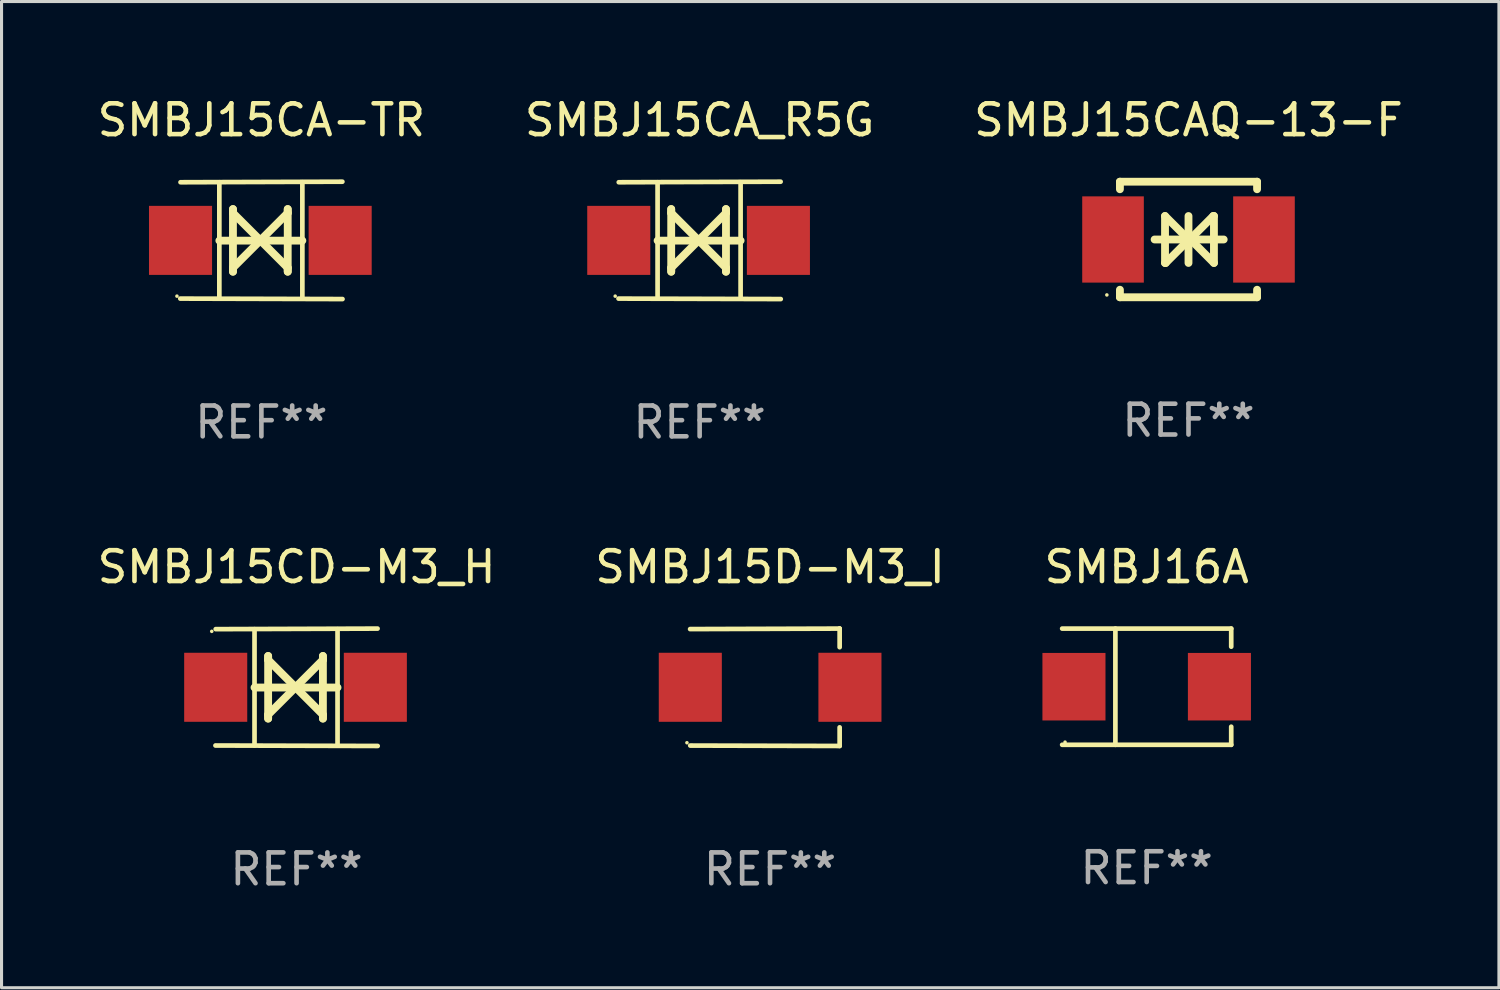
<source format=kicad_pcb>
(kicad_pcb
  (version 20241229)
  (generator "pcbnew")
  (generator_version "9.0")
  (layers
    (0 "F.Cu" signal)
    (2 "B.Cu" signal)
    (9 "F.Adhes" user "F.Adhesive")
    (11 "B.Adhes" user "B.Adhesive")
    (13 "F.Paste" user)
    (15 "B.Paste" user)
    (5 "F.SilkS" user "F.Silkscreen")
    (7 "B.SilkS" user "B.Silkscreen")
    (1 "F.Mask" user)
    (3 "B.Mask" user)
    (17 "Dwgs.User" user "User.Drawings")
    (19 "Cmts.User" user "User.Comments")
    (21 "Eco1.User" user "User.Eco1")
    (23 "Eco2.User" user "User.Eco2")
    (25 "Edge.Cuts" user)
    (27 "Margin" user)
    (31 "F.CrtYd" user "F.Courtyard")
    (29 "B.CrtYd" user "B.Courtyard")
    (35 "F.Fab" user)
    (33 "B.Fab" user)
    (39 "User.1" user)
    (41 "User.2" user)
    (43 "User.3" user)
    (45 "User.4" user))
  (footprint "SMBJ15CAQ-13-F"
    (layer "F.Cu")
    (at 35.53 4.724)
    (property "Reference" "SMBJ15CAQ-13-F" (at 0 -3.876 0) (layer "F.SilkS") (effects (font (size 1 1) (thickness 0.15))))
    (attr through_hole)
    (fp_line (start -2.226 -1.876) (end -2.226 -1.631) (stroke (width 0.254) (type solid)) (layer "F.SilkS"))
    (fp_line (start -2.226 -1.876) (end 2.226 -1.876) (stroke (width 0.254) (type solid)) (layer "F.SilkS"))
    (fp_line (start -2.226 1.631) (end -2.226 1.876) (stroke (width 0.254) (type solid)) (layer "F.SilkS"))
    (fp_line (start -2.226 1.876) (end 2.226 1.876) (stroke (width 0.254) (type solid)) (layer "F.SilkS"))
    (fp_line (start -1.1 0) (end 1.143 0) (stroke (width 0.254) (type solid)) (layer "F.SilkS"))
    (fp_line (start -0.762 -0.762) (end -0.762 0.762) (stroke (width 0.254) (type solid)) (layer "F.SilkS"))
    (fp_line (start -0.762 0.762) (end -0.741 0.762) (stroke (width 0.254) (type solid)) (layer "F.SilkS"))
    (fp_line (start -0.741 0.762) (end 0.021 0) (stroke (width 0.254) (type solid)) (layer "F.SilkS"))
    (fp_line (start 0 -0.762) (end 0 0.762) (stroke (width 0.254) (type solid)) (layer "F.SilkS"))
    (fp_line (start 0 0) (end -0.762 -0.762) (stroke (width 0.254) (type solid)) (layer "F.SilkS"))
    (fp_line (start 0.021 0) (end 0 0) (stroke (width 0.254) (type solid)) (layer "F.SilkS"))
    (fp_line (start 0.042 0) (end 0.064 0) (stroke (width 0.254) (type solid)) (layer "F.SilkS"))
    (fp_line (start 0.064 0) (end 0.826 0.762) (stroke (width 0.254) (type solid)) (layer "F.SilkS"))
    (fp_line (start 0.804 -0.762) (end 0.042 0) (stroke (width 0.254) (type solid)) (layer "F.SilkS"))
    (fp_line (start 0.826 -0.762) (end 0.804 -0.762) (stroke (width 0.254) (type solid)) (layer "F.SilkS"))
    (fp_line (start 0.826 0.762) (end 0.826 -0.762) (stroke (width 0.254) (type solid)) (layer "F.SilkS"))
    (fp_line (start 2.226 -1.876) (end 2.226 -1.631) (stroke (width 0.254) (type solid)) (layer "F.SilkS"))
    (fp_line (start 2.226 1.631) (end 2.226 1.876) (stroke (width 0.254) (type solid)) (layer "F.SilkS"))
    (fp_circle (center -2.65 1.8) (end -2.62 1.8) (stroke (width 0.06) (type solid)) (fill no) (layer "F.SilkS"))
    (fp_text user "REF**" (at 0 5.876 0) (layer "F.Fab") (effects (font (size 1 1) (thickness 0.15))))
    (pad "1" smd rect (at -2.45 0 180) (size 2 2.8) (layers "F.Cu" "F.Mask" "F.Paste"))
    (pad "2" smd rect (at 2.45 0 180) (size 2 2.8) (layers "F.Cu" "F.Mask" "F.Paste")))
  (footprint "SMBJ16A"
    (layer "F.Cu")
    (at 34.173 19.241)
    (property "Reference" "SMBJ16A" (at 0 -3.886 0) (layer "F.SilkS") (effects (font (size 1 1) (thickness 0.15))))
    (attr through_hole)
    (fp_line (start -2.744 -1.886) (end 2.744 -1.886) (stroke (width 0.152) (type solid)) (layer "F.SilkS"))
    (fp_line (start -2.744 1.886) (end 2.744 1.886) (stroke (width 0.152) (type solid)) (layer "F.SilkS"))
    (fp_line (start -1.016 -1.886) (end -1.016 1.886) (stroke (width 0.152) (type solid)) (layer "F.SilkS"))
    (fp_line (start 2.744 -1.886) (end 2.744 -1.299) (stroke (width 0.152) (type solid)) (layer "F.SilkS"))
    (fp_line (start 2.744 1.886) (end 2.744 1.299) (stroke (width 0.152) (type solid)) (layer "F.SilkS"))
    (fp_circle (center -2.65 1.8) (end -2.62 1.8) (stroke (width 0.06) (type solid)) (fill no) (layer "F.SilkS"))
    (fp_text user "REF**" (at 0 5.886 0) (layer "F.Fab") (effects (font (size 1 1) (thickness 0.15))))
    (pad "1" smd rect (at -2.361 0) (size 2.047 2.192) (layers "F.Cu" "F.Mask" "F.Paste"))
    (pad "2" smd rect (at 2.361 0) (size 2.047 2.192) (layers "F.Cu" "F.Mask" "F.Paste")))
  (footprint "SMBJ15CA_R5G"
    (layer "F.Cu")
    (at 19.661 4.753)
    (property "Reference" "SMBJ15CA_R5G" (at 0 -3.905 0) (layer "F.SilkS") (effects (font (size 1 1) (thickness 0.15))))
    (attr through_hole)
    (fp_line (start -1.365 1.886) (end -1.365 -1.886) (stroke (width 0.152) (type solid)) (layer "F.SilkS"))
    (fp_line (start -1.365 0.008) (end 1.33 0.008) (stroke (width 0.254) (type solid)) (layer "F.SilkS"))
    (fp_line (start -0.923 -1.016) (end -0.923 1.016) (stroke (width 0.254) (type solid)) (layer "F.SilkS"))
    (fp_line (start -0.923 -0.889) (end -0.923 -1.016) (stroke (width 0.254) (type solid)) (layer "F.SilkS"))
    (fp_line (start -0.923 0.889) (end -0.034 0) (stroke (width 0.254) (type solid)) (layer "F.SilkS"))
    (fp_line (start -0.923 1.016) (end -0.923 0.889) (stroke (width 0.254) (type solid)) (layer "F.SilkS"))
    (fp_line (start -0.034 0) (end -0.923 -0.889) (stroke (width 0.254) (type solid)) (layer "F.SilkS"))
    (fp_line (start -0.034 0) (end 0.855 0.889) (stroke (width 0.254) (type solid)) (layer "F.SilkS"))
    (fp_line (start 0.855 -1.016) (end 0.855 -0.889) (stroke (width 0.254) (type solid)) (layer "F.SilkS"))
    (fp_line (start 0.855 -0.889) (end -0.034 0) (stroke (width 0.254) (type solid)) (layer "F.SilkS"))
    (fp_line (start 0.855 0.889) (end 0.855 1.016) (stroke (width 0.254) (type solid)) (layer "F.SilkS"))
    (fp_line (start 0.855 1.016) (end 0.855 -1.016) (stroke (width 0.254) (type solid)) (layer "F.SilkS"))
    (fp_line (start 1.33 1.886) (end 1.33 -1.886) (stroke (width 0.152) (type solid)) (layer "F.SilkS"))
    (fp_line (start 2.629 -1.905) (end -2.625 -1.887) (stroke (width 0.152) (type solid)) (layer "F.SilkS"))
    (fp_line (start 2.633 1.905) (end -2.633 1.89) (stroke (width 0.152) (type solid)) (layer "F.SilkS"))
    (fp_circle (center -2.741 1.81) (end -2.711 1.81) (stroke (width 0.06) (type solid)) (fill no) (layer "F.SilkS"))
    (fp_text user "REF**" (at 0 5.905 0) (layer "F.Fab") (effects (font (size 1 1) (thickness 0.15))))
    (pad "1" smd rect (at -2.625 0) (size 2.047 2.241) (layers "F.Cu" "F.Mask" "F.Paste"))
    (pad "2" smd rect (at 2.557 0) (size 2.047 2.241) (layers "F.Cu" "F.Mask" "F.Paste")))
  (footprint "SMBJ15D-M3_I"
    (layer "F.Cu")
    (at 21.946 19.26)
    (property "Reference" "SMBJ15D-M3_I" (at 0 -3.905 0) (layer "F.SilkS") (effects (font (size 1 1) (thickness 0.15))))
    (attr through_hole)
    (fp_line (start 2.256 -1.905) (end -2.594 -1.889) (stroke (width 0.152) (type solid)) (layer "F.SilkS"))
    (fp_line (start 2.256 -1.905) (end 2.26 -1.905) (stroke (width 0.152) (type solid)) (layer "F.SilkS"))
    (fp_line (start 2.26 -1.905) (end 2.26 -1.301) (stroke (width 0.152) (type solid)) (layer "F.SilkS"))
    (fp_line (start 2.26 1.301) (end 2.26 1.905) (stroke (width 0.152) (type solid)) (layer "F.SilkS"))
    (fp_line (start 2.26 1.905) (end -2.59 1.892) (stroke (width 0.152) (type solid)) (layer "F.SilkS"))
    (fp_circle (center -2.697 1.8) (end -2.667 1.8) (stroke (width 0.06) (type solid)) (fill no) (layer "F.SilkS"))
    (fp_text user "REF**" (at 0 5.905 0) (layer "F.Fab") (effects (font (size 1 1) (thickness 0.15))))
    (pad "1" smd rect (at -2.588 0) (size 2.047 2.241) (layers "F.Cu" "F.Mask" "F.Paste"))
    (pad "2" smd rect (at 2.594 0) (size 2.047 2.241) (layers "F.Cu" "F.Mask" "F.Paste")))
  (footprint "SMBJ15CD-M3_H"
    (layer "F.Cu")
    (at 6.577 19.26)
    (property "Reference" "SMBJ15CD-M3_H" (at 0 -3.905 0) (layer "F.SilkS") (effects (font (size 1 1) (thickness 0.15))))
    (attr through_hole)
    (fp_line (start -1.365 1.886) (end -1.365 -1.886) (stroke (width 0.152) (type solid)) (layer "F.SilkS"))
    (fp_line (start -1.365 0.008) (end 1.33 0.008) (stroke (width 0.254) (type solid)) (layer "F.SilkS"))
    (fp_line (start -0.923 -1.016) (end -0.923 1.016) (stroke (width 0.254) (type solid)) (layer "F.SilkS"))
    (fp_line (start -0.923 -0.889) (end -0.923 -1.016) (stroke (width 0.254) (type solid)) (layer "F.SilkS"))
    (fp_line (start -0.923 0.889) (end -0.034 0) (stroke (width 0.254) (type solid)) (layer "F.SilkS"))
    (fp_line (start -0.923 1.016) (end -0.923 0.889) (stroke (width 0.254) (type solid)) (layer "F.SilkS"))
    (fp_line (start -0.034 0) (end -0.923 -0.889) (stroke (width 0.254) (type solid)) (layer "F.SilkS"))
    (fp_line (start -0.034 0) (end 0.855 0.889) (stroke (width 0.254) (type solid)) (layer "F.SilkS"))
    (fp_line (start 0.855 -1.016) (end 0.855 -0.889) (stroke (width 0.254) (type solid)) (layer "F.SilkS"))
    (fp_line (start 0.855 -0.889) (end -0.034 0) (stroke (width 0.254) (type solid)) (layer "F.SilkS"))
    (fp_line (start 0.855 0.889) (end 0.855 1.016) (stroke (width 0.254) (type solid)) (layer "F.SilkS"))
    (fp_line (start 0.855 1.016) (end 0.855 -1.016) (stroke (width 0.254) (type solid)) (layer "F.SilkS"))
    (fp_line (start 1.33 1.886) (end 1.33 -1.886) (stroke (width 0.152) (type solid)) (layer "F.SilkS"))
    (fp_line (start 2.629 -1.905) (end -2.625 -1.887) (stroke (width 0.152) (type solid)) (layer "F.SilkS"))
    (fp_line (start 2.633 1.905) (end -2.633 1.89) (stroke (width 0.152) (type solid)) (layer "F.SilkS"))
    (fp_circle (center -2.753 -1.816) (end -2.723 -1.816) (stroke (width 0.06) (type solid)) (fill no) (layer "F.SilkS"))
    (fp_text user "REF**" (at 0 5.905 0) (layer "F.Fab") (effects (font (size 1 1) (thickness 0.15))))
    (pad "1" smd rect (at -2.625 0) (size 2.047 2.241) (layers "F.Cu" "F.Mask" "F.Paste"))
    (pad "2" smd rect (at 2.557 0) (size 2.047 2.241) (layers "F.Cu" "F.Mask" "F.Paste")))
  (footprint "SMBJ15CA-TR"
    (layer "F.Cu")
    (at 5.435 4.753)
    (property "Reference" "SMBJ15CA-TR" (at 0 -3.905 0) (layer "F.SilkS") (effects (font (size 1 1) (thickness 0.15))))
    (attr through_hole)
    (fp_line (start -1.365 1.886) (end -1.365 -1.886) (stroke (width 0.152) (type solid)) (layer "F.SilkS"))
    (fp_line (start -1.365 0.008) (end 1.33 0.008) (stroke (width 0.254) (type solid)) (layer "F.SilkS"))
    (fp_line (start -0.923 -1.016) (end -0.923 1.016) (stroke (width 0.254) (type solid)) (layer "F.SilkS"))
    (fp_line (start -0.923 -0.889) (end -0.923 -1.016) (stroke (width 0.254) (type solid)) (layer "F.SilkS"))
    (fp_line (start -0.923 0.889) (end -0.034 0) (stroke (width 0.254) (type solid)) (layer "F.SilkS"))
    (fp_line (start -0.923 1.016) (end -0.923 0.889) (stroke (width 0.254) (type solid)) (layer "F.SilkS"))
    (fp_line (start -0.034 0) (end -0.923 -0.889) (stroke (width 0.254) (type solid)) (layer "F.SilkS"))
    (fp_line (start -0.034 0) (end 0.855 0.889) (stroke (width 0.254) (type solid)) (layer "F.SilkS"))
    (fp_line (start 0.855 -1.016) (end 0.855 -0.889) (stroke (width 0.254) (type solid)) (layer "F.SilkS"))
    (fp_line (start 0.855 -0.889) (end -0.034 0) (stroke (width 0.254) (type solid)) (layer "F.SilkS"))
    (fp_line (start 0.855 0.889) (end 0.855 1.016) (stroke (width 0.254) (type solid)) (layer "F.SilkS"))
    (fp_line (start 0.855 1.016) (end 0.855 -1.016) (stroke (width 0.254) (type solid)) (layer "F.SilkS"))
    (fp_line (start 1.33 1.886) (end 1.33 -1.886) (stroke (width 0.152) (type solid)) (layer "F.SilkS"))
    (fp_line (start 2.629 -1.905) (end -2.625 -1.887) (stroke (width 0.152) (type solid)) (layer "F.SilkS"))
    (fp_line (start 2.633 1.905) (end -2.633 1.89) (stroke (width 0.152) (type solid)) (layer "F.SilkS"))
    (fp_circle (center -2.741 1.81) (end -2.711 1.81) (stroke (width 0.06) (type solid)) (fill no) (layer "F.SilkS"))
    (fp_text user "REF**" (at 0 5.905 0) (layer "F.Fab") (effects (font (size 1 1) (thickness 0.15))))
    (pad "1" smd rect (at -2.625 0) (size 2.047 2.241) (layers "F.Cu" "F.Mask" "F.Paste"))
    (pad "2" smd rect (at 2.557 0) (size 2.047 2.241) (layers "F.Cu" "F.Mask" "F.Paste")))
  (gr_rect
    (start -3 -3)
    (end 45.607 29.013)
    (stroke (width 0.1) (type default))
    (fill no)
    (layer "Edge.Cuts")))
</source>
